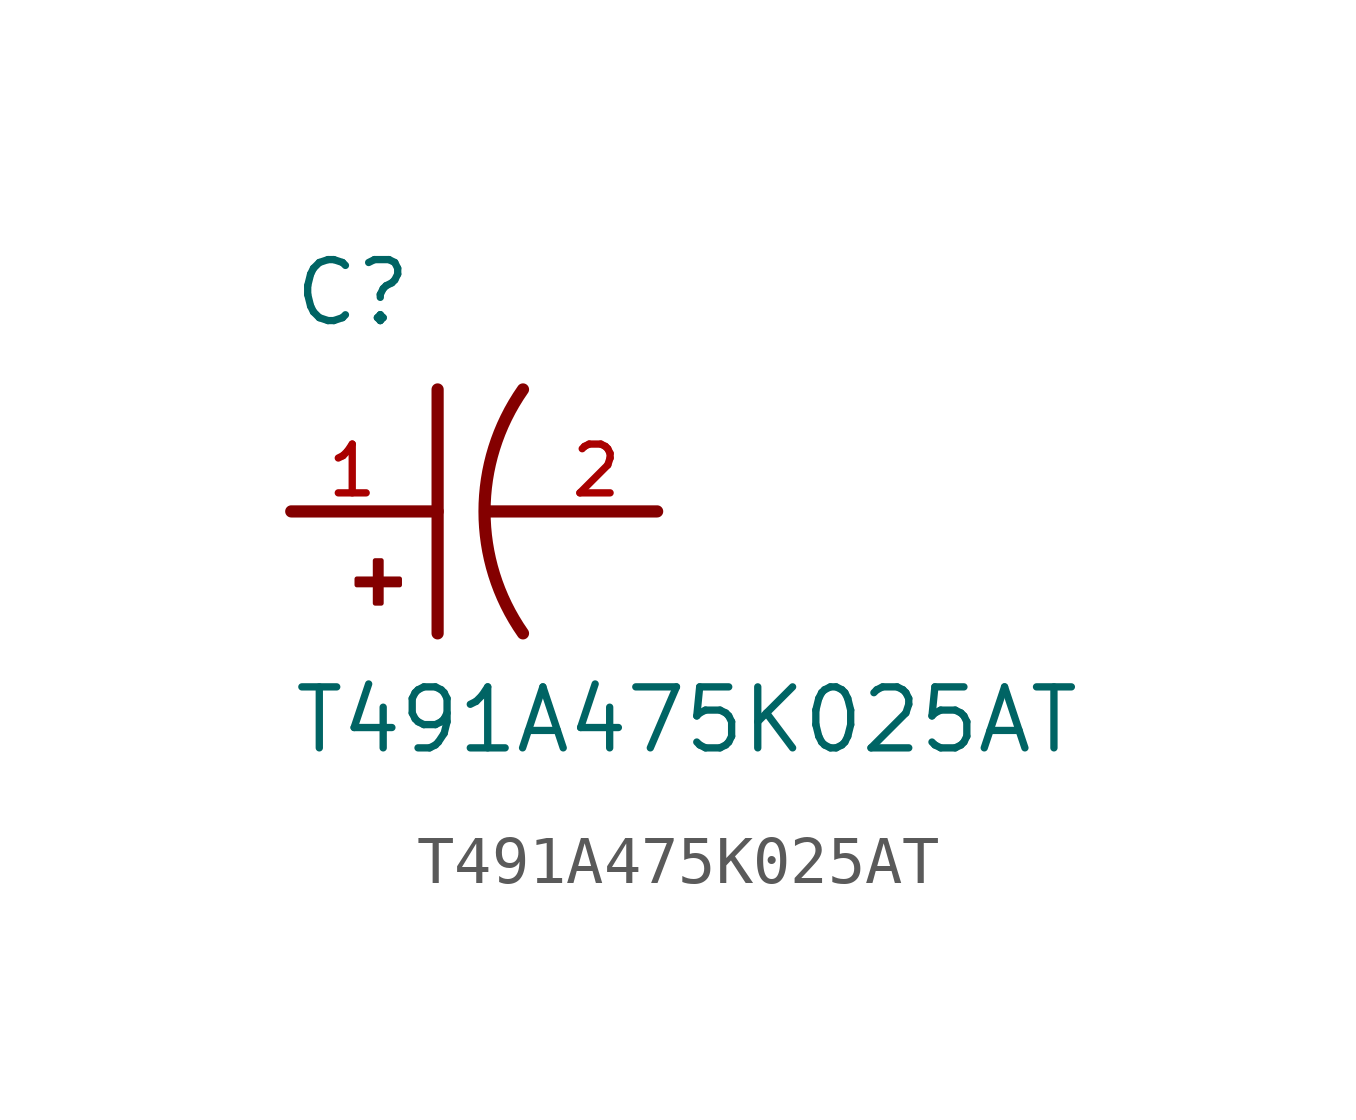
<source format=kicad_sym>
(kicad_symbol_lib
  (version 20211014)
  (generator kicad_symbol_editor)
  (symbol "T491A475K025AT"
    (pin_names
      (offset 1.016))
    (property "Reference" "C"
      (at -5.08 3.811 0)
      (effects (font (size 1.27 1.27)) (justify bottom left)))
    (property "Value" "T491A475K025AT"
      (at -5.08 -5.088 0)
      (effects (font (size 1.27 1.27)) (justify bottom left)))
    (symbol "T491A475K025AT_0_0"
      (arc (start -0.254 -2.54) (mid -1.0549 -0.0) (end -0.254 2.54) (stroke (width 0.254) (type default) (color 0 0 0 0)) (fill (type none)))
      (polyline (pts (xy -1.016 0.0) (xy 2.54 0.0)) (stroke (width 0.254)))
      (polyline (pts (xy -5.08 0.0) (xy -2.032 0.0)) (stroke (width 0.254)))
      (polyline (pts (xy -2.032 2.54) (xy -2.032 -2.54)) (stroke (width 0.254)))
      (rectangle (start -3.713 -1.532) (end -2.824 -1.405) (stroke (width 0.1)) (fill (type outline)))
      (rectangle (start -3.332 -1.913) (end -3.205 -1.024) (stroke (width 0.1)) (fill (type outline)))
      (pin passive line (at 2.54 0.0 180.0) (length 2.54) (name "~" (effects (font (size 1.016 1.016)))) (number "2" (effects (font (size 1.016 1.016)))))
      (pin passive line (at -5.08 0.0 0) (length 2.54) (name "~" (effects (font (size 1.016 1.016)))) (number "1" (effects (font (size 1.016 1.016))))))))
</source>
